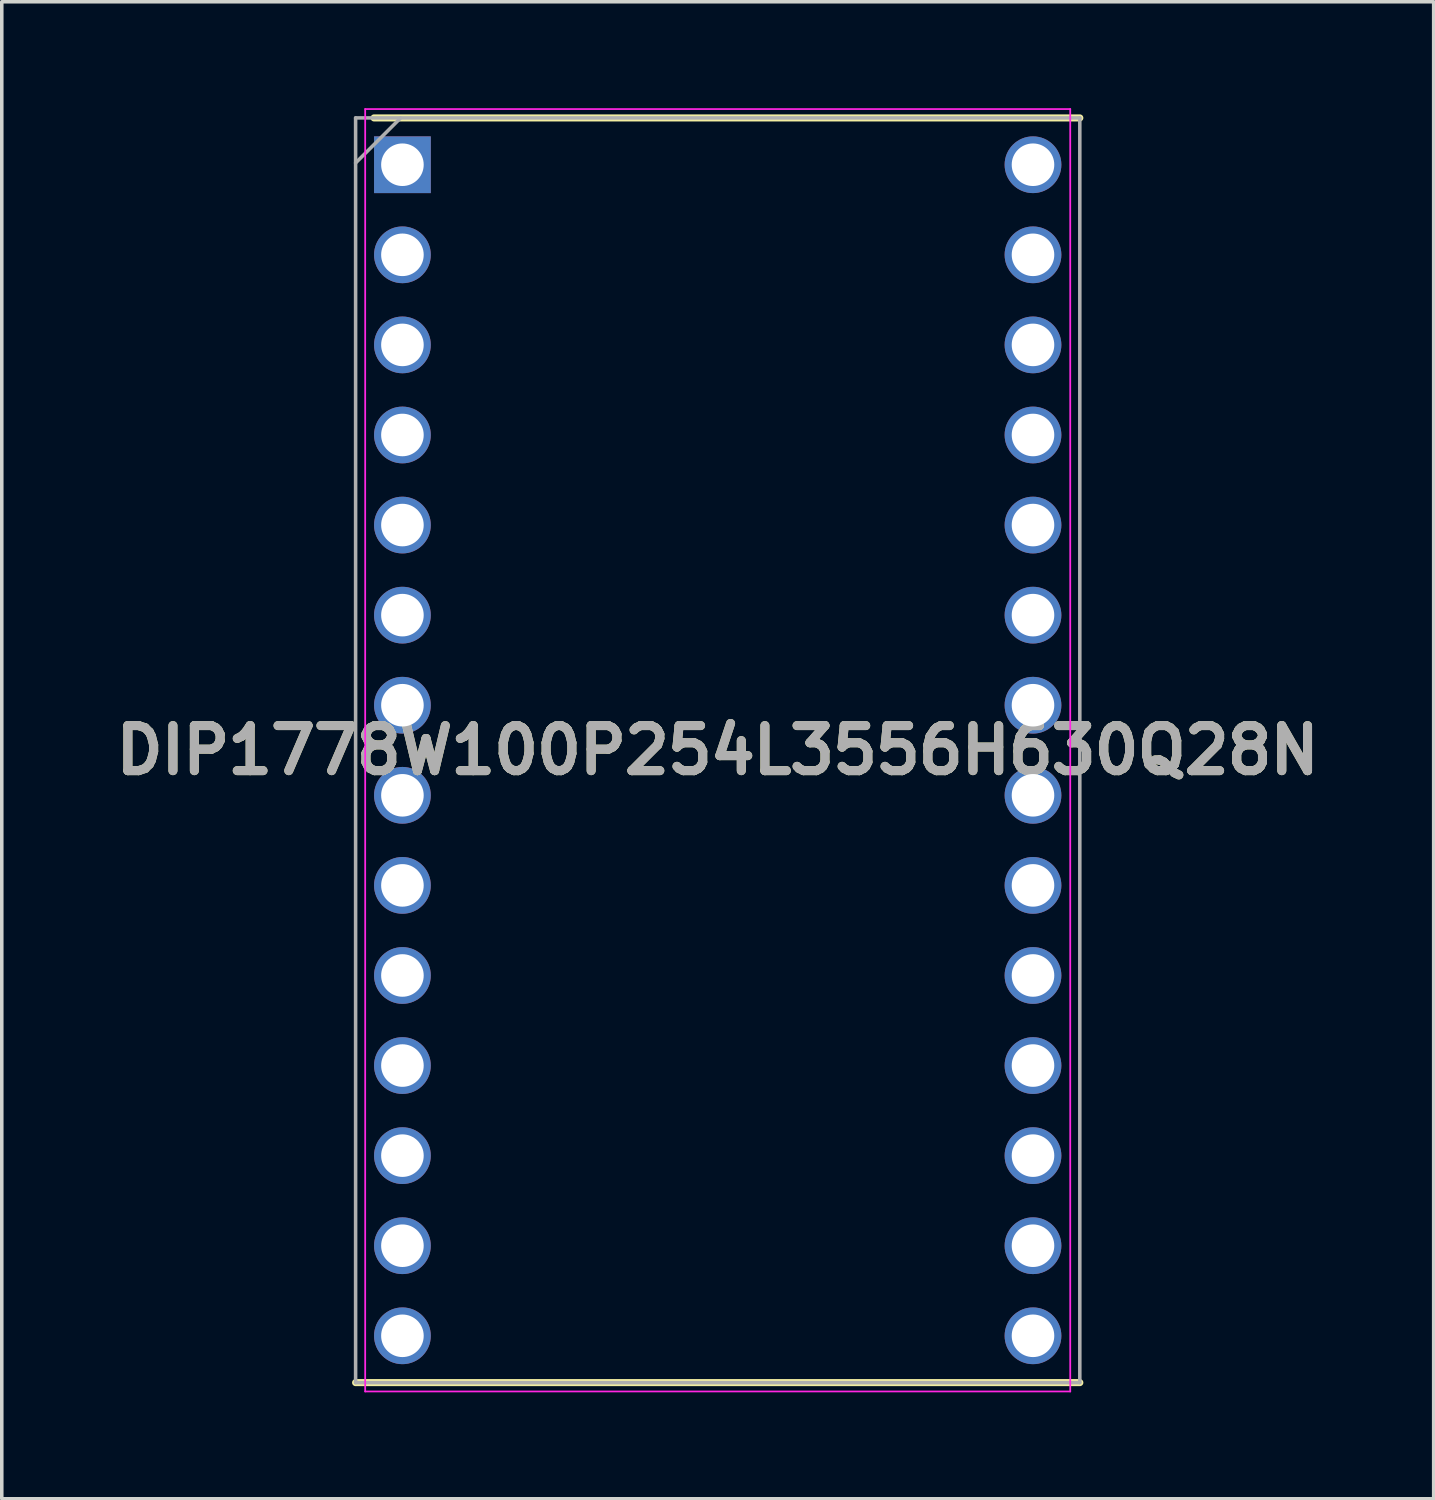
<source format=kicad_pcb>
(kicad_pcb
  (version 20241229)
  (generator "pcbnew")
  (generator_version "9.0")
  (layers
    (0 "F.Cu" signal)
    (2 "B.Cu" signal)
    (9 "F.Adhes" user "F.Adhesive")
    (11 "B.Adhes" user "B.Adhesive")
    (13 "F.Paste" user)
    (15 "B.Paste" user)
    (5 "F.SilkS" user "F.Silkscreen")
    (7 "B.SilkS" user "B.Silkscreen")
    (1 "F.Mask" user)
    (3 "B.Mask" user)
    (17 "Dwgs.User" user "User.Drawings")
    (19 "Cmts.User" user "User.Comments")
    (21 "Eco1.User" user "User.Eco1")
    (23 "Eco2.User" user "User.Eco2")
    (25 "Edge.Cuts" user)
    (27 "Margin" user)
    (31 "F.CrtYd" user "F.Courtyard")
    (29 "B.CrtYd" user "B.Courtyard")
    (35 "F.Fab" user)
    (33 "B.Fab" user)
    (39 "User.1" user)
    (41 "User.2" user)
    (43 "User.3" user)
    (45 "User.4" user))
  (footprint "DIP1778W100P254L3556H630Q28N"
    (layer "F.Cu")
    (at 17.187 18.105)
    (property "Reference" "DIP1778W100P254L3556H630Q28N" (at 0 0 0) (layer "F.SilkS") (effects (font (size 1.27 1.27) (thickness 0.254))))
    (attr through_hole)
    (fp_line (start -10.21 17.83) (end 10.21 17.83) (stroke (width 0.2) (type solid)) (layer "F.SilkS"))
    (fp_line (start -9.69 -17.83) (end 10.21 -17.83) (stroke (width 0.2) (type solid)) (layer "F.SilkS"))
    (fp_line (start -9.94 -18.08) (end 9.94 -18.08) (stroke (width 0.05) (type solid)) (layer "F.CrtYd"))
    (fp_line (start -9.94 18.08) (end -9.94 -18.08) (stroke (width 0.05) (type solid)) (layer "F.CrtYd"))
    (fp_line (start 9.94 -18.08) (end 9.94 18.08) (stroke (width 0.05) (type solid)) (layer "F.CrtYd"))
    (fp_line (start 9.94 18.08) (end -9.94 18.08) (stroke (width 0.05) (type solid)) (layer "F.CrtYd"))
    (fp_line (start -10.21 -17.83) (end 10.21 -17.83) (stroke (width 0.1) (type solid)) (layer "F.Fab"))
    (fp_line (start -10.21 -16.56) (end -8.94 -17.83) (stroke (width 0.1) (type solid)) (layer "F.Fab"))
    (fp_line (start -10.21 17.83) (end -10.21 -17.83) (stroke (width 0.1) (type solid)) (layer "F.Fab"))
    (fp_line (start 10.21 -17.83) (end 10.21 17.83) (stroke (width 0.1) (type solid)) (layer "F.Fab"))
    (fp_line (start 10.21 17.83) (end -10.21 17.83) (stroke (width 0.1) (type solid)) (layer "F.Fab"))
    (fp_text user "${REFERENCE}" (at 0 0 0) (layer "F.Fab") (effects (font (size 1.27 1.27) (thickness 0.254))))
    (pad "1" thru_hole rect (at -8.89 -16.51) (size 1.6 1.6) (drill 1.2) (layers "*.Cu" "*.Mask"))
    (pad "2" thru_hole circle (at -8.89 -13.97) (size 1.6 1.6) (drill 1.2) (layers "*.Cu" "*.Mask"))
    (pad "3" thru_hole circle (at -8.89 -11.43) (size 1.6 1.6) (drill 1.2) (layers "*.Cu" "*.Mask"))
    (pad "4" thru_hole circle (at -8.89 -8.89) (size 1.6 1.6) (drill 1.2) (layers "*.Cu" "*.Mask"))
    (pad "5" thru_hole circle (at -8.89 -6.35) (size 1.6 1.6) (drill 1.2) (layers "*.Cu" "*.Mask"))
    (pad "6" thru_hole circle (at -8.89 -3.81) (size 1.6 1.6) (drill 1.2) (layers "*.Cu" "*.Mask"))
    (pad "7" thru_hole circle (at -8.89 -1.27) (size 1.6 1.6) (drill 1.2) (layers "*.Cu" "*.Mask"))
    (pad "8" thru_hole circle (at -8.89 1.27) (size 1.6 1.6) (drill 1.2) (layers "*.Cu" "*.Mask"))
    (pad "9" thru_hole circle (at -8.89 3.81) (size 1.6 1.6) (drill 1.2) (layers "*.Cu" "*.Mask"))
    (pad "10" thru_hole circle (at -8.89 6.35) (size 1.6 1.6) (drill 1.2) (layers "*.Cu" "*.Mask"))
    (pad "11" thru_hole circle (at -8.89 8.89) (size 1.6 1.6) (drill 1.2) (layers "*.Cu" "*.Mask"))
    (pad "12" thru_hole circle (at -8.89 11.43) (size 1.6 1.6) (drill 1.2) (layers "*.Cu" "*.Mask"))
    (pad "13" thru_hole circle (at -8.89 13.97) (size 1.6 1.6) (drill 1.2) (layers "*.Cu" "*.Mask"))
    (pad "14" thru_hole circle (at -8.89 16.51) (size 1.6 1.6) (drill 1.2) (layers "*.Cu" "*.Mask"))
    (pad "15" thru_hole circle (at 8.89 16.51) (size 1.6 1.6) (drill 1.2) (layers "*.Cu" "*.Mask"))
    (pad "16" thru_hole circle (at 8.89 13.97) (size 1.6 1.6) (drill 1.2) (layers "*.Cu" "*.Mask"))
    (pad "17" thru_hole circle (at 8.89 11.43) (size 1.6 1.6) (drill 1.2) (layers "*.Cu" "*.Mask"))
    (pad "18" thru_hole circle (at 8.89 8.89) (size 1.6 1.6) (drill 1.2) (layers "*.Cu" "*.Mask"))
    (pad "19" thru_hole circle (at 8.89 6.35) (size 1.6 1.6) (drill 1.2) (layers "*.Cu" "*.Mask"))
    (pad "20" thru_hole circle (at 8.89 3.81) (size 1.6 1.6) (drill 1.2) (layers "*.Cu" "*.Mask"))
    (pad "21" thru_hole circle (at 8.89 1.27) (size 1.6 1.6) (drill 1.2) (layers "*.Cu" "*.Mask"))
    (pad "22" thru_hole circle (at 8.89 -1.27) (size 1.6 1.6) (drill 1.2) (layers "*.Cu" "*.Mask"))
    (pad "23" thru_hole circle (at 8.89 -3.81) (size 1.6 1.6) (drill 1.2) (layers "*.Cu" "*.Mask"))
    (pad "24" thru_hole circle (at 8.89 -6.35) (size 1.6 1.6) (drill 1.2) (layers "*.Cu" "*.Mask"))
    (pad "25" thru_hole circle (at 8.89 -8.89) (size 1.6 1.6) (drill 1.2) (layers "*.Cu" "*.Mask"))
    (pad "26" thru_hole circle (at 8.89 -11.43) (size 1.6 1.6) (drill 1.2) (layers "*.Cu" "*.Mask"))
    (pad "27" thru_hole circle (at 8.89 -13.97) (size 1.6 1.6) (drill 1.2) (layers "*.Cu" "*.Mask"))
    (pad "28" thru_hole circle (at 8.89 -16.51) (size 1.6 1.6) (drill 1.2) (layers "*.Cu" "*.Mask")))
  (gr_rect
    (start -3 -3)
    (end 37.375 39.21)
    (stroke (width 0.1) (type default))
    (fill no)
    (layer "Edge.Cuts")))
</source>
